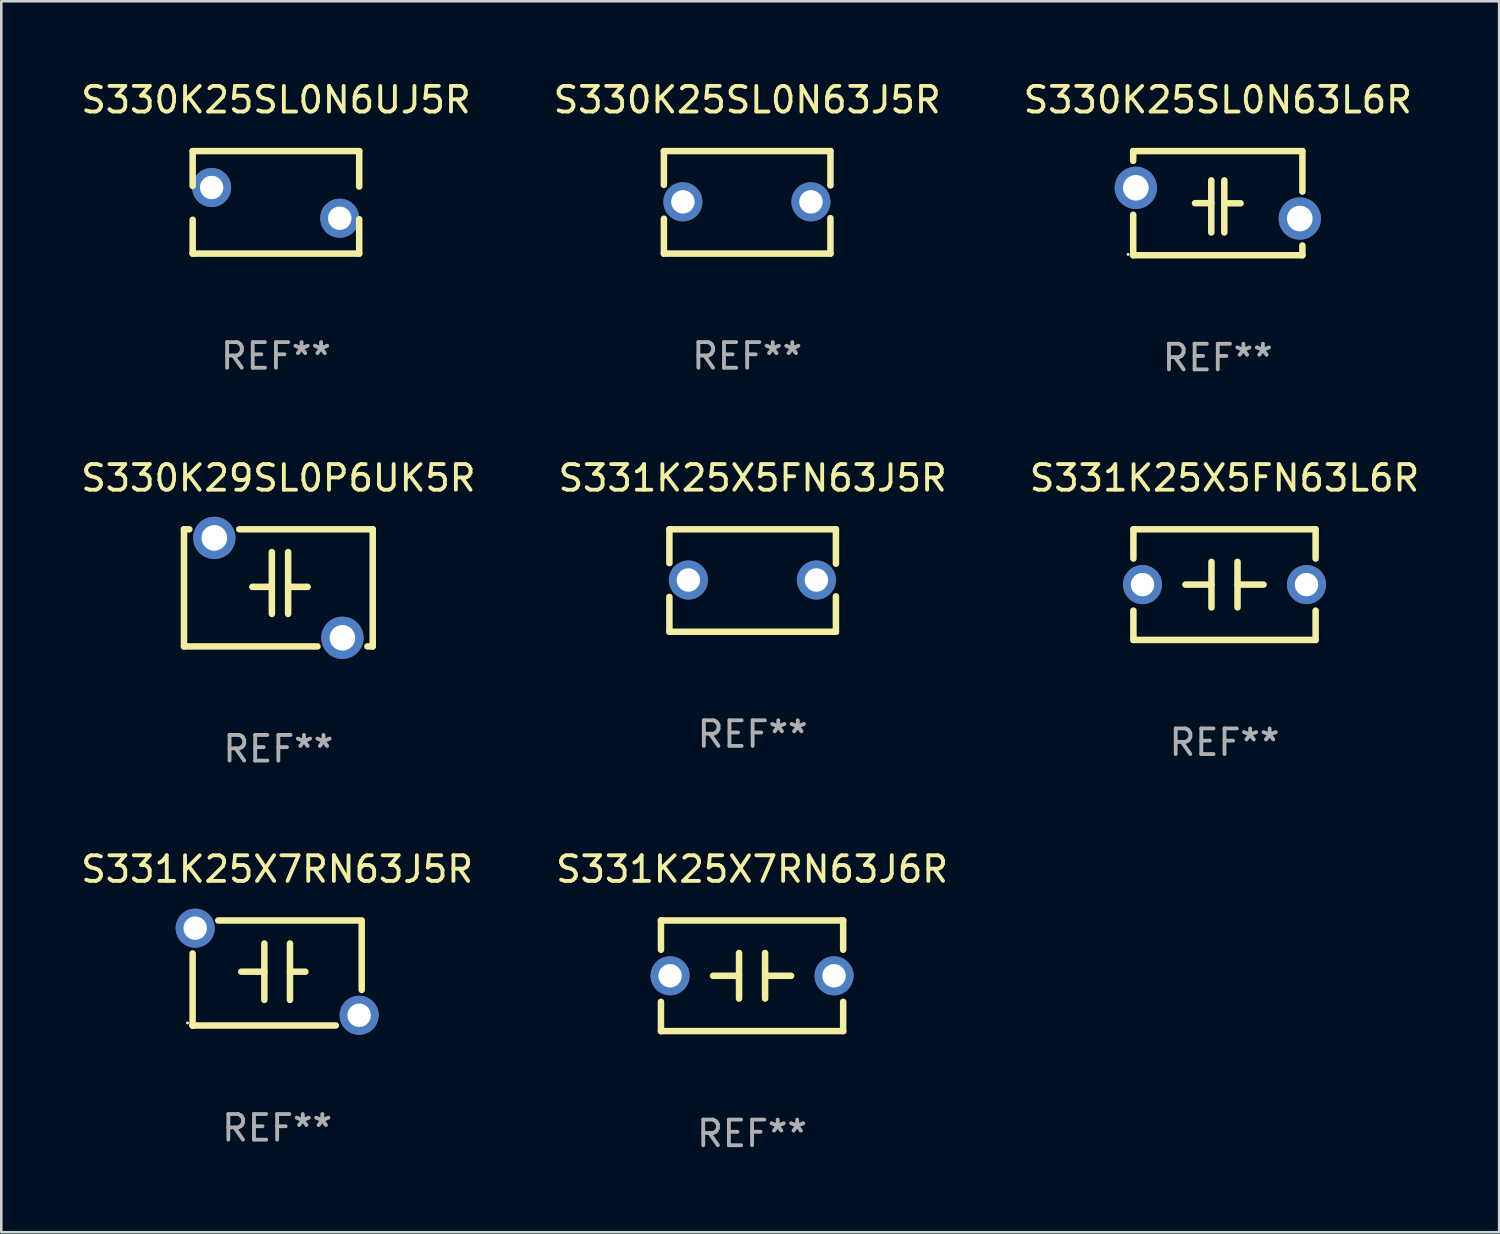
<source format=kicad_pcb>
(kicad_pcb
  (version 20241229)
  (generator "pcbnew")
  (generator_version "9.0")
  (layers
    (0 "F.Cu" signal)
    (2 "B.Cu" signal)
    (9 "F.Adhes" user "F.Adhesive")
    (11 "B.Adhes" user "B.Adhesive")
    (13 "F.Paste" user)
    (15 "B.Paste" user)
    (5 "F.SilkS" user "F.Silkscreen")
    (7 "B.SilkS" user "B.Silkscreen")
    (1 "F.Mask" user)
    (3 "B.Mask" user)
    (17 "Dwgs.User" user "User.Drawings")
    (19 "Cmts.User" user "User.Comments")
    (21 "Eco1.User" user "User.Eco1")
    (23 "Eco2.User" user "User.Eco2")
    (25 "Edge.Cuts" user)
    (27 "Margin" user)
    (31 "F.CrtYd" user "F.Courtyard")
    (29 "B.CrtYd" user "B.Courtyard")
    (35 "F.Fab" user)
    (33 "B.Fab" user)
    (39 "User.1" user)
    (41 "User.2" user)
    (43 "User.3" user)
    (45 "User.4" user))
  (footprint "S330K29SL0P6UK5R"
    (layer "F.Cu")
    (at 7.815 19.895)
    (property "Reference" "S330K29SL0P6UK5R" (at 0 -4.286 0) (layer "F.SilkS") (effects (font (size 1 1) (thickness 0.15))))
    (attr through_hole)
    (fp_line (start -3.683 -2.286) (end -3.475 -2.286) (stroke (width 0.254) (type solid)) (layer "F.SilkS"))
    (fp_line (start -3.683 2.286) (end -3.683 -2.286) (stroke (width 0.254) (type solid)) (layer "F.SilkS"))
    (fp_line (start -1.525 -2.286) (end 3.683 -2.286) (stroke (width 0.254) (type solid)) (layer "F.SilkS"))
    (fp_line (start -0.254 -0.038) (end -1.016 -0.038) (stroke (width 0.254) (type solid)) (layer "F.SilkS"))
    (fp_line (start -0.254 1.016) (end -0.254 -1.397) (stroke (width 0.254) (type solid)) (layer "F.SilkS"))
    (fp_line (start 0.381 -0.038) (end 1.143 -0.038) (stroke (width 0.254) (type solid)) (layer "F.SilkS"))
    (fp_line (start 0.381 1.016) (end 0.381 -1.397) (stroke (width 0.254) (type solid)) (layer "F.SilkS"))
    (fp_line (start 1.525 2.286) (end -3.683 2.286) (stroke (width 0.254) (type solid)) (layer "F.SilkS"))
    (fp_line (start 3.683 -2.286) (end 3.683 2.286) (stroke (width 0.254) (type solid)) (layer "F.SilkS"))
    (fp_line (start 3.683 2.286) (end 3.475 2.286) (stroke (width 0.254) (type solid)) (layer "F.SilkS"))
    (fp_circle (center -3.75 -2.25) (end -3.72 -2.25) (stroke (width 0.06) (type solid)) (fill no) (layer "F.SilkS"))
    (fp_text user "REF**" (at 0 6.286 0) (layer "F.Fab") (effects (font (size 1 1) (thickness 0.15))))
    (pad "1" thru_hole circle (at -2.5 -1.95) (size 1.65 1.65) (drill 1) (layers "*.Cu" "*.Mask"))
    (pad "2" thru_hole circle (at 2.5 1.95) (size 1.65 1.65) (drill 1) (layers "*.Cu" "*.Mask")))
  (footprint "S331K25X5FN63J5R"
    (layer "F.Cu")
    (at 26.327 19.609)
    (property "Reference" "S331K25X5FN63J5R" (at 0 -4 0) (layer "F.SilkS") (effects (font (size 1 1) (thickness 0.15))))
    (attr through_hole)
    (fp_line (start -3.25 -2) (end -3.25 -0.68) (stroke (width 0.254) (type solid)) (layer "F.SilkS"))
    (fp_line (start -3.25 -2) (end 3.25 -2) (stroke (width 0.254) (type solid)) (layer "F.SilkS"))
    (fp_line (start -3.25 0.64) (end -3.25 2) (stroke (width 0.254) (type solid)) (layer "F.SilkS"))
    (fp_line (start 3.25 -2) (end 3.25 -0.657) (stroke (width 0.254) (type solid)) (layer "F.SilkS"))
    (fp_line (start 3.25 0.617) (end 3.25 2) (stroke (width 0.254) (type solid)) (layer "F.SilkS"))
    (fp_line (start 3.25 2) (end -3.25 2) (stroke (width 0.254) (type solid)) (layer "F.SilkS"))
    (fp_circle (center -3.26 1.98) (end -3.23 1.98) (stroke (width 0.06) (type solid)) (fill no) (layer "F.SilkS"))
    (fp_text user "REF**" (at 0 6 0) (layer "F.Fab") (effects (font (size 1 1) (thickness 0.15))))
    (pad "1" thru_hole circle (at -2.509 -0.02) (size 1.524 1.524) (drill 0.914) (layers "*.Cu" "*.Mask"))
    (pad "2" thru_hole circle (at 2.489 -0.02) (size 1.524 1.524) (drill 0.914) (layers "*.Cu" "*.Mask")))
  (footprint "S330K25SL0N63L6R"
    (layer "F.Cu")
    (at 44.482 4.88)
    (property "Reference" "S330K25SL0N63L6R" (at 0 -4.032 0) (layer "F.SilkS") (effects (font (size 1 1) (thickness 0.15))))
    (attr through_hole)
    (fp_line (start -3.302 -2.032) (end 3.302 -2.032) (stroke (width 0.254) (type solid)) (layer "F.SilkS"))
    (fp_line (start -3.302 -1.651) (end -3.302 -2.032) (stroke (width 0.254) (type solid)) (layer "F.SilkS"))
    (fp_line (start -3.302 2.032) (end -3.302 0.451) (stroke (width 0.254) (type solid)) (layer "F.SilkS"))
    (fp_line (start -0.889 0) (end -0.254 0) (stroke (width 0.254) (type solid)) (layer "F.SilkS"))
    (fp_line (start -0.254 -0.889) (end -0.254 1.143) (stroke (width 0.254) (type solid)) (layer "F.SilkS"))
    (fp_line (start 0.254 -0.889) (end 0.254 1.143) (stroke (width 0.254) (type solid)) (layer "F.SilkS"))
    (fp_line (start 0.254 0.005) (end 0.889 0.005) (stroke (width 0.254) (type solid)) (layer "F.SilkS"))
    (fp_line (start 3.302 -2.032) (end 3.302 -0.451) (stroke (width 0.254) (type solid)) (layer "F.SilkS"))
    (fp_line (start 3.302 1.651) (end 3.302 2.032) (stroke (width 0.254) (type solid)) (layer "F.SilkS"))
    (fp_line (start 3.302 2.032) (end -3.302 2.032) (stroke (width 0.254) (type solid)) (layer "F.SilkS"))
    (fp_circle (center -3.5 2) (end -3.47 2) (stroke (width 0.06) (type solid)) (fill no) (layer "F.SilkS"))
    (fp_text user "REF**" (at 0 6.032 0) (layer "F.Fab") (effects (font (size 1 1) (thickness 0.15))))
    (pad "1" thru_hole circle (at -3.2 -0.6) (size 1.65 1.65) (drill 1) (layers "*.Cu" "*.Mask"))
    (pad "2" thru_hole circle (at 3.2 0.6) (size 1.65 1.65) (drill 1) (layers "*.Cu" "*.Mask")))
  (footprint "S330K25SL0N6UJ5R"
    (layer "F.Cu")
    (at 7.72 4.848)
    (property "Reference" "S330K25SL0N6UJ5R" (at 0 -4 0) (layer "F.SilkS") (effects (font (size 1 1) (thickness 0.15))))
    (attr through_hole)
    (fp_line (start -3.25 -0.64) (end -3.25 -2) (stroke (width 0.254) (type solid)) (layer "F.SilkS"))
    (fp_line (start -3.25 2) (end -3.25 0.68) (stroke (width 0.254) (type solid)) (layer "F.SilkS"))
    (fp_line (start -3.25 2) (end 3.25 2) (stroke (width 0.254) (type solid)) (layer "F.SilkS"))
    (fp_line (start 3.25 -2) (end -3.25 -2) (stroke (width 0.254) (type solid)) (layer "F.SilkS"))
    (fp_line (start 3.25 -0.617) (end 3.25 -2) (stroke (width 0.254) (type solid)) (layer "F.SilkS"))
    (fp_line (start 3.25 2) (end 3.25 0.657) (stroke (width 0.254) (type solid)) (layer "F.SilkS"))
    (fp_circle (center -3.26 -1.98) (end -3.23 -1.98) (stroke (width 0.06) (type solid)) (fill no) (layer "F.SilkS"))
    (fp_text user "REF**" (at 0 6 0) (layer "F.Fab") (effects (font (size 1 1) (thickness 0.15))))
    (pad "1" thru_hole circle (at -2.51 -0.58) (size 1.524 1.524) (drill 0.914) (layers "*.Cu" "*.Mask"))
    (pad "2" thru_hole circle (at 2.49 0.62) (size 1.524 1.524) (drill 0.914) (layers "*.Cu" "*.Mask")))
  (footprint "S331K25X7RN63J6R"
    (layer "F.Cu")
    (at 26.304 35.036)
    (property "Reference" "S331K25X7RN63J6R" (at 0 -4.159 0) (layer "F.SilkS") (effects (font (size 1 1) (thickness 0.15))))
    (attr through_hole)
    (fp_line (start -3.556 -2.159) (end 3.556 -2.159) (stroke (width 0.254) (type solid)) (layer "F.SilkS"))
    (fp_line (start -3.556 -1.016) (end -3.556 -2.159) (stroke (width 0.254) (type solid)) (layer "F.SilkS"))
    (fp_line (start -3.556 2.159) (end -3.556 1.016) (stroke (width 0.254) (type solid)) (layer "F.SilkS"))
    (fp_line (start -0.508 -0.000025) (end -1.524 -0.000025) (stroke (width 0.254) (type solid)) (layer "F.SilkS"))
    (fp_line (start -0.508 0.889) (end -0.508 -0.889) (stroke (width 0.254) (type solid)) (layer "F.SilkS"))
    (fp_line (start 0.508 -0.889) (end 0.508 0.889) (stroke (width 0.254) (type solid)) (layer "F.SilkS"))
    (fp_line (start 0.508 0.000025) (end 1.524 0.000025) (stroke (width 0.254) (type solid)) (layer "F.SilkS"))
    (fp_line (start 3.556 -2.159) (end 3.556 -1.016) (stroke (width 0.254) (type solid)) (layer "F.SilkS"))
    (fp_line (start 3.556 1.016) (end 3.556 2.159) (stroke (width 0.254) (type solid)) (layer "F.SilkS"))
    (fp_line (start 3.556 2.159) (end -3.556 2.159) (stroke (width 0.254) (type solid)) (layer "F.SilkS"))
    (fp_circle (center -3.5 2) (end -3.47 2) (stroke (width 0.06) (type solid)) (fill no) (layer "F.SilkS"))
    (fp_text user "REF**" (at 0 6.159 0) (layer "F.Fab") (effects (font (size 1 1) (thickness 0.15))))
    (pad "1" thru_hole circle (at -3.2 0) (size 1.524 1.524) (drill 0.914) (layers "*.Cu" "*.Mask"))
    (pad "2" thru_hole circle (at 3.2 0) (size 1.524 1.524) (drill 0.914) (layers "*.Cu" "*.Mask")))
  (footprint "S331K25X7RN63J5R"
    (layer "F.Cu")
    (at 7.768 34.927)
    (property "Reference" "S331K25X7RN63J5R" (at 0 -4.05 0) (layer "F.SilkS") (effects (font (size 1 1) (thickness 0.15))))
    (attr through_hole)
    (fp_line (start -3.3 2.05) (end -3.3 -0.762) (stroke (width 0.254) (type solid)) (layer "F.SilkS"))
    (fp_line (start -3.3 2.05) (end -3.3 2.05) (stroke (width 0.254) (type solid)) (layer "F.SilkS"))
    (fp_line (start -3.2 -2.05) (end -3.3 -2.05) (stroke (width 0.254) (type solid)) (layer "F.SilkS"))
    (fp_line (start -2.3 -2.05) (end 3.2 -2.05) (stroke (width 0.254) (type solid)) (layer "F.SilkS"))
    (fp_line (start -1.4 -0.05) (end -0.5 -0.05) (stroke (width 0.254) (type solid)) (layer "F.SilkS"))
    (fp_line (start -0.5 -1.15) (end -0.5 1.05) (stroke (width 0.254) (type solid)) (layer "F.SilkS"))
    (fp_line (start 0.5 -1.15) (end 0.5 1.05) (stroke (width 0.254) (type solid)) (layer "F.SilkS"))
    (fp_line (start 1.1 -0.05) (end 0.5 -0.05) (stroke (width 0.254) (type solid)) (layer "F.SilkS"))
    (fp_line (start 2.29 2.05) (end -3.3 2.05) (stroke (width 0.254) (type solid)) (layer "F.SilkS"))
    (fp_line (start 3.3 -2.05) (end 3.3 0.662) (stroke (width 0.254) (type solid)) (layer "F.SilkS"))
    (fp_circle (center -3.5 1.95) (end -3.47 1.95) (stroke (width 0.06) (type solid)) (fill no) (layer "F.SilkS"))
    (fp_text user "REF**" (at 0 6.05 0) (layer "F.Fab") (effects (font (size 1 1) (thickness 0.15))))
    (pad "1" thru_hole circle (at -3.2 -1.75) (size 1.524 1.524) (drill 0.914) (layers "*.Cu" "*.Mask"))
    (pad "2" thru_hole circle (at 3.2 1.65) (size 1.524 1.524) (drill 0.914) (layers "*.Cu" "*.Mask")))
  (footprint "S330K25SL0N63J5R"
    (layer "F.Cu")
    (at 26.113 4.848)
    (property "Reference" "S330K25SL0N63J5R" (at 0 -4 0) (layer "F.SilkS") (effects (font (size 1 1) (thickness 0.15))))
    (attr through_hole)
    (fp_line (start -3.25 -2) (end -3.25 -0.68) (stroke (width 0.254) (type solid)) (layer "F.SilkS"))
    (fp_line (start -3.25 -2) (end 3.25 -2) (stroke (width 0.254) (type solid)) (layer "F.SilkS"))
    (fp_line (start -3.25 0.64) (end -3.25 2) (stroke (width 0.254) (type solid)) (layer "F.SilkS"))
    (fp_line (start 3.25 -2) (end 3.25 -0.657) (stroke (width 0.254) (type solid)) (layer "F.SilkS"))
    (fp_line (start 3.25 0.617) (end 3.25 2) (stroke (width 0.254) (type solid)) (layer "F.SilkS"))
    (fp_line (start 3.25 2) (end -3.25 2) (stroke (width 0.254) (type solid)) (layer "F.SilkS"))
    (fp_circle (center -3.26 1.98) (end -3.23 1.98) (stroke (width 0.06) (type solid)) (fill no) (layer "F.SilkS"))
    (fp_text user "REF**" (at 0 6 0) (layer "F.Fab") (effects (font (size 1 1) (thickness 0.15))))
    (pad "1" thru_hole circle (at -2.509 -0.02) (size 1.524 1.524) (drill 0.914) (layers "*.Cu" "*.Mask"))
    (pad "2" thru_hole circle (at 2.489 -0.02) (size 1.524 1.524) (drill 0.914) (layers "*.Cu" "*.Mask")))
  (footprint "S331K25X5FN63L6R"
    (layer "F.Cu")
    (at 44.744 19.768)
    (property "Reference" "S331K25X5FN63L6R" (at 0 -4.159 0) (layer "F.SilkS") (effects (font (size 1 1) (thickness 0.15))))
    (attr through_hole)
    (fp_line (start -3.556 -2.159) (end 3.556 -2.159) (stroke (width 0.254) (type solid)) (layer "F.SilkS"))
    (fp_line (start -3.556 -1.016) (end -3.556 -2.159) (stroke (width 0.254) (type solid)) (layer "F.SilkS"))
    (fp_line (start -3.556 2.159) (end -3.556 1.016) (stroke (width 0.254) (type solid)) (layer "F.SilkS"))
    (fp_line (start -0.508 -0.000025) (end -1.524 -0.000025) (stroke (width 0.254) (type solid)) (layer "F.SilkS"))
    (fp_line (start -0.508 0.889) (end -0.508 -0.889) (stroke (width 0.254) (type solid)) (layer "F.SilkS"))
    (fp_line (start 0.508 -0.889) (end 0.508 0.889) (stroke (width 0.254) (type solid)) (layer "F.SilkS"))
    (fp_line (start 0.508 0.000025) (end 1.524 0.000025) (stroke (width 0.254) (type solid)) (layer "F.SilkS"))
    (fp_line (start 3.556 -2.159) (end 3.556 -1.016) (stroke (width 0.254) (type solid)) (layer "F.SilkS"))
    (fp_line (start 3.556 1.016) (end 3.556 2.159) (stroke (width 0.254) (type solid)) (layer "F.SilkS"))
    (fp_line (start 3.556 2.159) (end -3.556 2.159) (stroke (width 0.254) (type solid)) (layer "F.SilkS"))
    (fp_circle (center -3.5 2) (end -3.47 2) (stroke (width 0.06) (type solid)) (fill no) (layer "F.SilkS"))
    (fp_text user "REF**" (at 0 6.159 0) (layer "F.Fab") (effects (font (size 1 1) (thickness 0.15))))
    (pad "1" thru_hole circle (at -3.2 0) (size 1.524 1.524) (drill 0.914) (layers "*.Cu" "*.Mask"))
    (pad "2" thru_hole circle (at 3.2 0) (size 1.524 1.524) (drill 0.914) (layers "*.Cu" "*.Mask")))
  (gr_rect
    (start -3 -3)
    (end 55.464 45.044)
    (stroke (width 0.1) (type default))
    (fill no)
    (layer "Edge.Cuts")))
</source>
